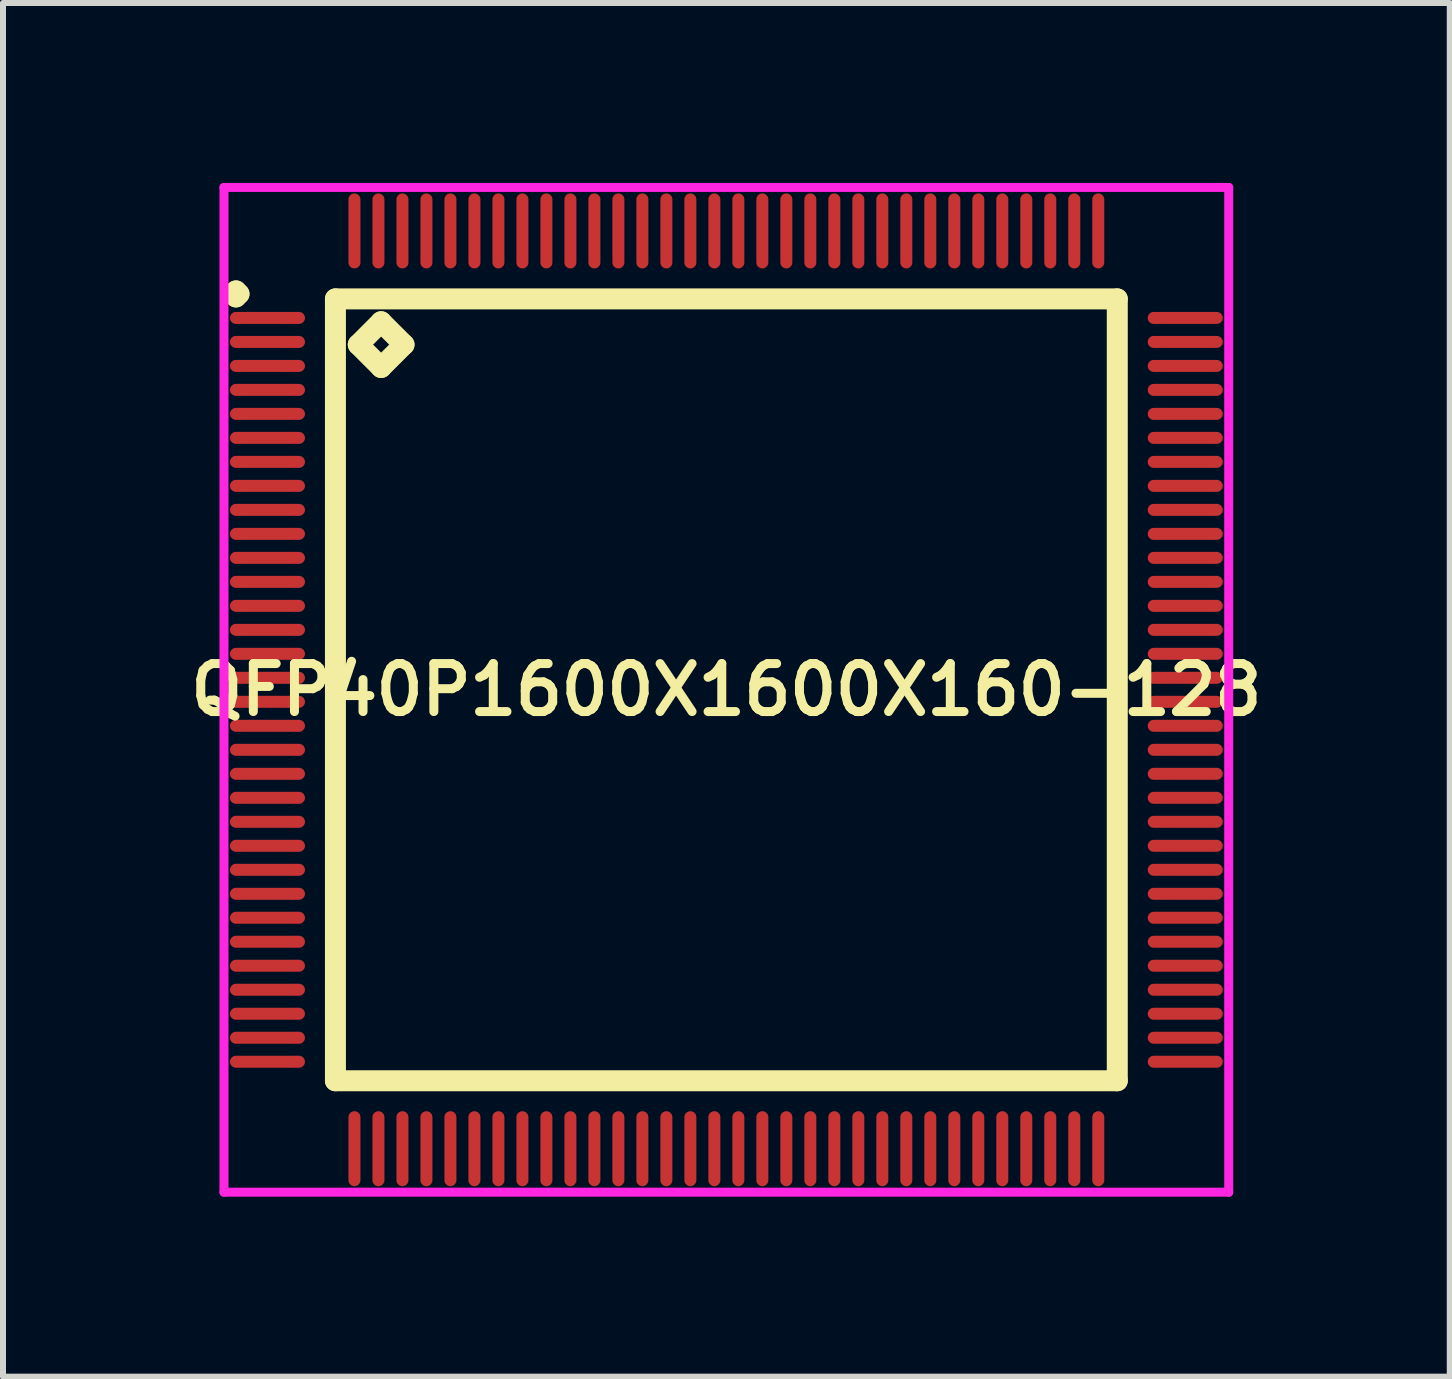
<source format=kicad_pcb>
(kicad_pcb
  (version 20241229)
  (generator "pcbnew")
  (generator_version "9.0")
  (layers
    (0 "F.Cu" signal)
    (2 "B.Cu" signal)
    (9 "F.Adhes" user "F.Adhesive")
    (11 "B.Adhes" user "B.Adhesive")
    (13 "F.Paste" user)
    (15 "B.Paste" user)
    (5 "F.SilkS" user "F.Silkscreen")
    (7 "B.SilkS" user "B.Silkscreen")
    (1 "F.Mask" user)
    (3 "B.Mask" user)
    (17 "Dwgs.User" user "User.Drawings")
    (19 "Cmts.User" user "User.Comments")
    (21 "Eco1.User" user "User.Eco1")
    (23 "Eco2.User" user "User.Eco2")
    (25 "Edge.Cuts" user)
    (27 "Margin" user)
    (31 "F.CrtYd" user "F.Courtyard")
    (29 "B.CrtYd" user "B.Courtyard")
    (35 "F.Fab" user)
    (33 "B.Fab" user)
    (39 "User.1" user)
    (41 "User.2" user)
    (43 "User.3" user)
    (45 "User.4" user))
  (footprint "QFP40P1600X1600X160-128"
    (layer "F.Cu")
    (at 9.059 8.45)
    (property "Reference" "QFP40P1600X1600X160-128" (at 0 0 0) (layer "F.SilkS") (effects (font (size 0.8 0.8) (thickness 0.15))))
    (attr smd)
    (fp_line (start -8.225 -6.6) (end -8.175 -6.65) (stroke (width 0.35) (type solid)) (layer "F.SilkS"))
    (fp_line (start -8.175 -6.65) (end -8.125 -6.6) (stroke (width 0.35) (type solid)) (layer "F.SilkS"))
    (fp_line (start -8.175 -6.55) (end -8.225 -6.6) (stroke (width 0.35) (type solid)) (layer "F.SilkS"))
    (fp_line (start -8.125 -6.6) (end -8.175 -6.55) (stroke (width 0.35) (type solid)) (layer "F.SilkS"))
    (fp_line (start -6.517 -6.517) (end -6.517 6.517) (stroke (width 0.35) (type solid)) (layer "F.SilkS"))
    (fp_line (start -6.517 6.517) (end 6.517 6.517) (stroke (width 0.35) (type solid)) (layer "F.SilkS"))
    (fp_line (start -6.136 -5.755) (end -5.755 -6.136) (stroke (width 0.35) (type solid)) (layer "F.SilkS"))
    (fp_line (start -5.755 -6.136) (end -5.374 -5.755) (stroke (width 0.35) (type solid)) (layer "F.SilkS"))
    (fp_line (start -5.755 -5.374) (end -6.136 -5.755) (stroke (width 0.35) (type solid)) (layer "F.SilkS"))
    (fp_line (start -5.374 -5.755) (end -5.755 -5.374) (stroke (width 0.35) (type solid)) (layer "F.SilkS"))
    (fp_line (start 6.517 -6.517) (end -6.517 -6.517) (stroke (width 0.35) (type solid)) (layer "F.SilkS"))
    (fp_line (start 6.517 6.517) (end 6.517 -6.517) (stroke (width 0.35) (type solid)) (layer "F.SilkS"))
    (fp_line (start -8.375 -8.375) (end 8.375 -8.375) (stroke (width 0.15) (type solid)) (layer "F.CrtYd"))
    (fp_line (start -8.375 8.375) (end -8.375 -8.375) (stroke (width 0.15) (type solid)) (layer "F.CrtYd"))
    (fp_line (start 8.375 -8.375) (end 8.375 8.375) (stroke (width 0.15) (type solid)) (layer "F.CrtYd"))
    (fp_line (start 8.375 8.375) (end -8.375 8.375) (stroke (width 0.15) (type solid)) (layer "F.CrtYd"))
    (pad "1" smd oval (at -7.65 -6.2) (size 1.25 0.2) (layers "F.Cu" "F.Mask" "F.Paste"))
    (pad "2" smd oval (at -7.65 -5.8) (size 1.25 0.2) (layers "F.Cu" "F.Mask" "F.Paste"))
    (pad "3" smd oval (at -7.65 -5.4) (size 1.25 0.2) (layers "F.Cu" "F.Mask" "F.Paste"))
    (pad "4" smd oval (at -7.65 -5) (size 1.25 0.2) (layers "F.Cu" "F.Mask" "F.Paste"))
    (pad "5" smd oval (at -7.65 -4.6) (size 1.25 0.2) (layers "F.Cu" "F.Mask" "F.Paste"))
    (pad "6" smd oval (at -7.65 -4.2) (size 1.25 0.2) (layers "F.Cu" "F.Mask" "F.Paste"))
    (pad "7" smd oval (at -7.65 -3.8) (size 1.25 0.2) (layers "F.Cu" "F.Mask" "F.Paste"))
    (pad "8" smd oval (at -7.65 -3.4) (size 1.25 0.2) (layers "F.Cu" "F.Mask" "F.Paste"))
    (pad "9" smd oval (at -7.65 -3) (size 1.25 0.2) (layers "F.Cu" "F.Mask" "F.Paste"))
    (pad "10" smd oval (at -7.65 -2.6) (size 1.25 0.2) (layers "F.Cu" "F.Mask" "F.Paste"))
    (pad "11" smd oval (at -7.65 -2.2) (size 1.25 0.2) (layers "F.Cu" "F.Mask" "F.Paste"))
    (pad "12" smd oval (at -7.65 -1.8) (size 1.25 0.2) (layers "F.Cu" "F.Mask" "F.Paste"))
    (pad "13" smd oval (at -7.65 -1.4) (size 1.25 0.2) (layers "F.Cu" "F.Mask" "F.Paste"))
    (pad "14" smd oval (at -7.65 -1) (size 1.25 0.2) (layers "F.Cu" "F.Mask" "F.Paste"))
    (pad "15" smd oval (at -7.65 -0.6) (size 1.25 0.2) (layers "F.Cu" "F.Mask" "F.Paste"))
    (pad "16" smd oval (at -7.65 -0.2) (size 1.25 0.2) (layers "F.Cu" "F.Mask" "F.Paste"))
    (pad "17" smd oval (at -7.65 0.2) (size 1.25 0.2) (layers "F.Cu" "F.Mask" "F.Paste"))
    (pad "18" smd oval (at -7.65 0.6) (size 1.25 0.2) (layers "F.Cu" "F.Mask" "F.Paste"))
    (pad "19" smd oval (at -7.65 1) (size 1.25 0.2) (layers "F.Cu" "F.Mask" "F.Paste"))
    (pad "20" smd oval (at -7.65 1.4) (size 1.25 0.2) (layers "F.Cu" "F.Mask" "F.Paste"))
    (pad "21" smd oval (at -7.65 1.8) (size 1.25 0.2) (layers "F.Cu" "F.Mask" "F.Paste"))
    (pad "22" smd oval (at -7.65 2.2) (size 1.25 0.2) (layers "F.Cu" "F.Mask" "F.Paste"))
    (pad "23" smd oval (at -7.65 2.6) (size 1.25 0.2) (layers "F.Cu" "F.Mask" "F.Paste"))
    (pad "24" smd oval (at -7.65 3) (size 1.25 0.2) (layers "F.Cu" "F.Mask" "F.Paste"))
    (pad "25" smd oval (at -7.65 3.4) (size 1.25 0.2) (layers "F.Cu" "F.Mask" "F.Paste"))
    (pad "26" smd oval (at -7.65 3.8) (size 1.25 0.2) (layers "F.Cu" "F.Mask" "F.Paste"))
    (pad "27" smd oval (at -7.65 4.2) (size 1.25 0.2) (layers "F.Cu" "F.Mask" "F.Paste"))
    (pad "28" smd oval (at -7.65 4.6) (size 1.25 0.2) (layers "F.Cu" "F.Mask" "F.Paste"))
    (pad "29" smd oval (at -7.65 5) (size 1.25 0.2) (layers "F.Cu" "F.Mask" "F.Paste"))
    (pad "30" smd oval (at -7.65 5.4) (size 1.25 0.2) (layers "F.Cu" "F.Mask" "F.Paste"))
    (pad "31" smd oval (at -7.65 5.8) (size 1.25 0.2) (layers "F.Cu" "F.Mask" "F.Paste"))
    (pad "32" smd oval (at -7.65 6.2) (size 1.25 0.2) (layers "F.Cu" "F.Mask" "F.Paste"))
    (pad "33" smd oval (at -6.2 7.65) (size 0.2 1.25) (layers "F.Cu" "F.Mask" "F.Paste"))
    (pad "34" smd oval (at -5.8 7.65) (size 0.2 1.25) (layers "F.Cu" "F.Mask" "F.Paste"))
    (pad "35" smd oval (at -5.4 7.65) (size 0.2 1.25) (layers "F.Cu" "F.Mask" "F.Paste"))
    (pad "36" smd oval (at -5 7.65) (size 0.2 1.25) (layers "F.Cu" "F.Mask" "F.Paste"))
    (pad "37" smd oval (at -4.6 7.65) (size 0.2 1.25) (layers "F.Cu" "F.Mask" "F.Paste"))
    (pad "38" smd oval (at -4.2 7.65) (size 0.2 1.25) (layers "F.Cu" "F.Mask" "F.Paste"))
    (pad "39" smd oval (at -3.8 7.65) (size 0.2 1.25) (layers "F.Cu" "F.Mask" "F.Paste"))
    (pad "40" smd oval (at -3.4 7.65) (size 0.2 1.25) (layers "F.Cu" "F.Mask" "F.Paste"))
    (pad "41" smd oval (at -3 7.65) (size 0.2 1.25) (layers "F.Cu" "F.Mask" "F.Paste"))
    (pad "42" smd oval (at -2.6 7.65) (size 0.2 1.25) (layers "F.Cu" "F.Mask" "F.Paste"))
    (pad "43" smd oval (at -2.2 7.65) (size 0.2 1.25) (layers "F.Cu" "F.Mask" "F.Paste"))
    (pad "44" smd oval (at -1.8 7.65) (size 0.2 1.25) (layers "F.Cu" "F.Mask" "F.Paste"))
    (pad "45" smd oval (at -1.4 7.65) (size 0.2 1.25) (layers "F.Cu" "F.Mask" "F.Paste"))
    (pad "46" smd oval (at -1 7.65) (size 0.2 1.25) (layers "F.Cu" "F.Mask" "F.Paste"))
    (pad "47" smd oval (at -0.6 7.65) (size 0.2 1.25) (layers "F.Cu" "F.Mask" "F.Paste"))
    (pad "48" smd oval (at -0.2 7.65) (size 0.2 1.25) (layers "F.Cu" "F.Mask" "F.Paste"))
    (pad "49" smd oval (at 0.2 7.65) (size 0.2 1.25) (layers "F.Cu" "F.Mask" "F.Paste"))
    (pad "50" smd oval (at 0.6 7.65) (size 0.2 1.25) (layers "F.Cu" "F.Mask" "F.Paste"))
    (pad "51" smd oval (at 1 7.65) (size 0.2 1.25) (layers "F.Cu" "F.Mask" "F.Paste"))
    (pad "52" smd oval (at 1.4 7.65) (size 0.2 1.25) (layers "F.Cu" "F.Mask" "F.Paste"))
    (pad "53" smd oval (at 1.8 7.65) (size 0.2 1.25) (layers "F.Cu" "F.Mask" "F.Paste"))
    (pad "54" smd oval (at 2.2 7.65) (size 0.2 1.25) (layers "F.Cu" "F.Mask" "F.Paste"))
    (pad "55" smd oval (at 2.6 7.65) (size 0.2 1.25) (layers "F.Cu" "F.Mask" "F.Paste"))
    (pad "56" smd oval (at 3 7.65) (size 0.2 1.25) (layers "F.Cu" "F.Mask" "F.Paste"))
    (pad "57" smd oval (at 3.4 7.65) (size 0.2 1.25) (layers "F.Cu" "F.Mask" "F.Paste"))
    (pad "58" smd oval (at 3.8 7.65) (size 0.2 1.25) (layers "F.Cu" "F.Mask" "F.Paste"))
    (pad "59" smd oval (at 4.2 7.65) (size 0.2 1.25) (layers "F.Cu" "F.Mask" "F.Paste"))
    (pad "60" smd oval (at 4.6 7.65) (size 0.2 1.25) (layers "F.Cu" "F.Mask" "F.Paste"))
    (pad "61" smd oval (at 5 7.65) (size 0.2 1.25) (layers "F.Cu" "F.Mask" "F.Paste"))
    (pad "62" smd oval (at 5.4 7.65) (size 0.2 1.25) (layers "F.Cu" "F.Mask" "F.Paste"))
    (pad "63" smd oval (at 5.8 7.65) (size 0.2 1.25) (layers "F.Cu" "F.Mask" "F.Paste"))
    (pad "64" smd oval (at 6.2 7.65) (size 0.2 1.25) (layers "F.Cu" "F.Mask" "F.Paste"))
    (pad "65" smd oval (at 7.65 6.2) (size 1.25 0.2) (layers "F.Cu" "F.Mask" "F.Paste"))
    (pad "66" smd oval (at 7.65 5.8) (size 1.25 0.2) (layers "F.Cu" "F.Mask" "F.Paste"))
    (pad "67" smd oval (at 7.65 5.4) (size 1.25 0.2) (layers "F.Cu" "F.Mask" "F.Paste"))
    (pad "68" smd oval (at 7.65 5) (size 1.25 0.2) (layers "F.Cu" "F.Mask" "F.Paste"))
    (pad "69" smd oval (at 7.65 4.6) (size 1.25 0.2) (layers "F.Cu" "F.Mask" "F.Paste"))
    (pad "70" smd oval (at 7.65 4.2) (size 1.25 0.2) (layers "F.Cu" "F.Mask" "F.Paste"))
    (pad "71" smd oval (at 7.65 3.8) (size 1.25 0.2) (layers "F.Cu" "F.Mask" "F.Paste"))
    (pad "72" smd oval (at 7.65 3.4) (size 1.25 0.2) (layers "F.Cu" "F.Mask" "F.Paste"))
    (pad "73" smd oval (at 7.65 3) (size 1.25 0.2) (layers "F.Cu" "F.Mask" "F.Paste"))
    (pad "74" smd oval (at 7.65 2.6) (size 1.25 0.2) (layers "F.Cu" "F.Mask" "F.Paste"))
    (pad "75" smd oval (at 7.65 2.2) (size 1.25 0.2) (layers "F.Cu" "F.Mask" "F.Paste"))
    (pad "76" smd oval (at 7.65 1.8) (size 1.25 0.2) (layers "F.Cu" "F.Mask" "F.Paste"))
    (pad "77" smd oval (at 7.65 1.4) (size 1.25 0.2) (layers "F.Cu" "F.Mask" "F.Paste"))
    (pad "78" smd oval (at 7.65 1) (size 1.25 0.2) (layers "F.Cu" "F.Mask" "F.Paste"))
    (pad "79" smd oval (at 7.65 0.6) (size 1.25 0.2) (layers "F.Cu" "F.Mask" "F.Paste"))
    (pad "80" smd oval (at 7.65 0.2) (size 1.25 0.2) (layers "F.Cu" "F.Mask" "F.Paste"))
    (pad "81" smd oval (at 7.65 -0.2) (size 1.25 0.2) (layers "F.Cu" "F.Mask" "F.Paste"))
    (pad "82" smd oval (at 7.65 -0.6) (size 1.25 0.2) (layers "F.Cu" "F.Mask" "F.Paste"))
    (pad "83" smd oval (at 7.65 -1) (size 1.25 0.2) (layers "F.Cu" "F.Mask" "F.Paste"))
    (pad "84" smd oval (at 7.65 -1.4) (size 1.25 0.2) (layers "F.Cu" "F.Mask" "F.Paste"))
    (pad "85" smd oval (at 7.65 -1.8) (size 1.25 0.2) (layers "F.Cu" "F.Mask" "F.Paste"))
    (pad "86" smd oval (at 7.65 -2.2) (size 1.25 0.2) (layers "F.Cu" "F.Mask" "F.Paste"))
    (pad "87" smd oval (at 7.65 -2.6) (size 1.25 0.2) (layers "F.Cu" "F.Mask" "F.Paste"))
    (pad "88" smd oval (at 7.65 -3) (size 1.25 0.2) (layers "F.Cu" "F.Mask" "F.Paste"))
    (pad "89" smd oval (at 7.65 -3.4) (size 1.25 0.2) (layers "F.Cu" "F.Mask" "F.Paste"))
    (pad "90" smd oval (at 7.65 -3.8) (size 1.25 0.2) (layers "F.Cu" "F.Mask" "F.Paste"))
    (pad "91" smd oval (at 7.65 -4.2) (size 1.25 0.2) (layers "F.Cu" "F.Mask" "F.Paste"))
    (pad "92" smd oval (at 7.65 -4.6) (size 1.25 0.2) (layers "F.Cu" "F.Mask" "F.Paste"))
    (pad "93" smd oval (at 7.65 -5) (size 1.25 0.2) (layers "F.Cu" "F.Mask" "F.Paste"))
    (pad "94" smd oval (at 7.65 -5.4) (size 1.25 0.2) (layers "F.Cu" "F.Mask" "F.Paste"))
    (pad "95" smd oval (at 7.65 -5.8) (size 1.25 0.2) (layers "F.Cu" "F.Mask" "F.Paste"))
    (pad "96" smd oval (at 7.65 -6.2) (size 1.25 0.2) (layers "F.Cu" "F.Mask" "F.Paste"))
    (pad "97" smd oval (at 6.2 -7.65) (size 0.2 1.25) (layers "F.Cu" "F.Mask" "F.Paste"))
    (pad "98" smd oval (at 5.8 -7.65) (size 0.2 1.25) (layers "F.Cu" "F.Mask" "F.Paste"))
    (pad "99" smd oval (at 5.4 -7.65) (size 0.2 1.25) (layers "F.Cu" "F.Mask" "F.Paste"))
    (pad "100" smd oval (at 5 -7.65) (size 0.2 1.25) (layers "F.Cu" "F.Mask" "F.Paste"))
    (pad "101" smd oval (at 4.6 -7.65) (size 0.2 1.25) (layers "F.Cu" "F.Mask" "F.Paste"))
    (pad "102" smd oval (at 4.2 -7.65) (size 0.2 1.25) (layers "F.Cu" "F.Mask" "F.Paste"))
    (pad "103" smd oval (at 3.8 -7.65) (size 0.2 1.25) (layers "F.Cu" "F.Mask" "F.Paste"))
    (pad "104" smd oval (at 3.4 -7.65) (size 0.2 1.25) (layers "F.Cu" "F.Mask" "F.Paste"))
    (pad "105" smd oval (at 3 -7.65) (size 0.2 1.25) (layers "F.Cu" "F.Mask" "F.Paste"))
    (pad "106" smd oval (at 2.6 -7.65) (size 0.2 1.25) (layers "F.Cu" "F.Mask" "F.Paste"))
    (pad "107" smd oval (at 2.2 -7.65) (size 0.2 1.25) (layers "F.Cu" "F.Mask" "F.Paste"))
    (pad "108" smd oval (at 1.8 -7.65) (size 0.2 1.25) (layers "F.Cu" "F.Mask" "F.Paste"))
    (pad "109" smd oval (at 1.4 -7.65) (size 0.2 1.25) (layers "F.Cu" "F.Mask" "F.Paste"))
    (pad "110" smd oval (at 1 -7.65) (size 0.2 1.25) (layers "F.Cu" "F.Mask" "F.Paste"))
    (pad "111" smd oval (at 0.6 -7.65) (size 0.2 1.25) (layers "F.Cu" "F.Mask" "F.Paste"))
    (pad "112" smd oval (at 0.2 -7.65) (size 0.2 1.25) (layers "F.Cu" "F.Mask" "F.Paste"))
    (pad "113" smd oval (at -0.2 -7.65) (size 0.2 1.25) (layers "F.Cu" "F.Mask" "F.Paste"))
    (pad "114" smd oval (at -0.6 -7.65) (size 0.2 1.25) (layers "F.Cu" "F.Mask" "F.Paste"))
    (pad "115" smd oval (at -1 -7.65) (size 0.2 1.25) (layers "F.Cu" "F.Mask" "F.Paste"))
    (pad "116" smd oval (at -1.4 -7.65) (size 0.2 1.25) (layers "F.Cu" "F.Mask" "F.Paste"))
    (pad "117" smd oval (at -1.8 -7.65) (size 0.2 1.25) (layers "F.Cu" "F.Mask" "F.Paste"))
    (pad "118" smd oval (at -2.2 -7.65) (size 0.2 1.25) (layers "F.Cu" "F.Mask" "F.Paste"))
    (pad "119" smd oval (at -2.6 -7.65) (size 0.2 1.25) (layers "F.Cu" "F.Mask" "F.Paste"))
    (pad "120" smd oval (at -3 -7.65) (size 0.2 1.25) (layers "F.Cu" "F.Mask" "F.Paste"))
    (pad "121" smd oval (at -3.4 -7.65) (size 0.2 1.25) (layers "F.Cu" "F.Mask" "F.Paste"))
    (pad "122" smd oval (at -3.8 -7.65) (size 0.2 1.25) (layers "F.Cu" "F.Mask" "F.Paste"))
    (pad "123" smd oval (at -4.2 -7.65) (size 0.2 1.25) (layers "F.Cu" "F.Mask" "F.Paste"))
    (pad "124" smd oval (at -4.6 -7.65) (size 0.2 1.25) (layers "F.Cu" "F.Mask" "F.Paste"))
    (pad "125" smd oval (at -5 -7.65) (size 0.2 1.25) (layers "F.Cu" "F.Mask" "F.Paste"))
    (pad "126" smd oval (at -5.4 -7.65) (size 0.2 1.25) (layers "F.Cu" "F.Mask" "F.Paste"))
    (pad "127" smd oval (at -5.8 -7.65) (size 0.2 1.25) (layers "F.Cu" "F.Mask" "F.Paste"))
    (pad "128" smd oval (at -6.2 -7.65) (size 0.2 1.25) (layers "F.Cu" "F.Mask" "F.Paste")))
  (gr_rect
    (start -3 -3)
    (end 21.119 19.9)
    (stroke (width 0.1) (type default))
    (fill no)
    (layer "Edge.Cuts")))
</source>
